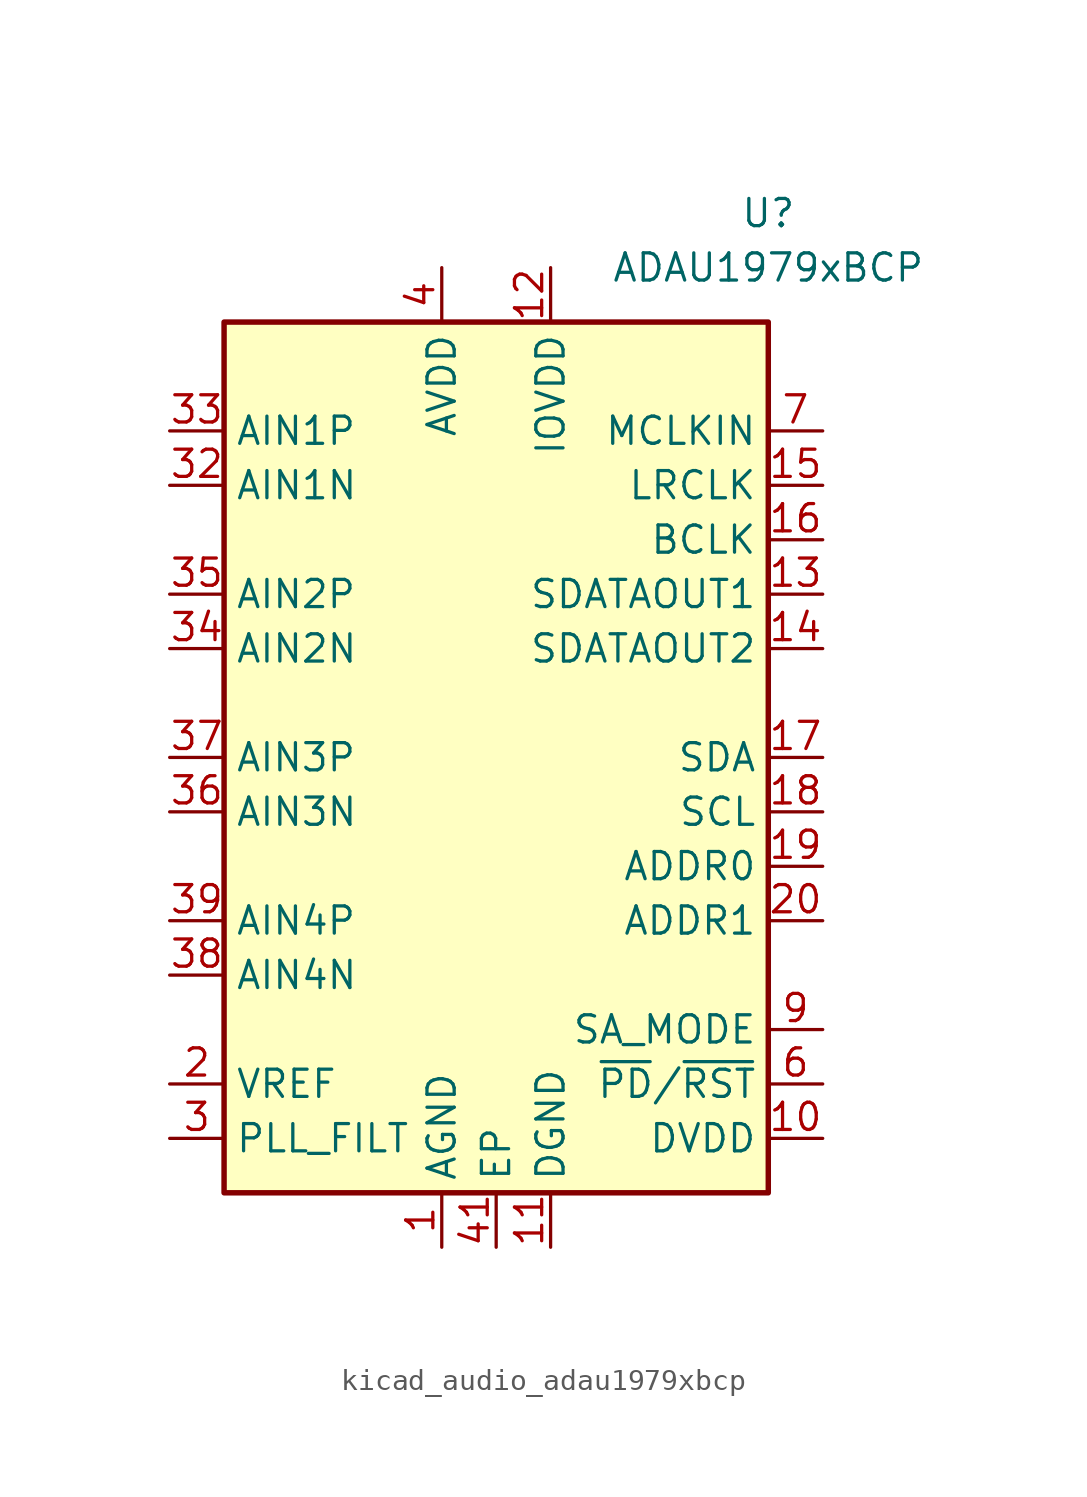
<source format=kicad_sym>
(kicad_symbol_lib
  (version 20220914)
  (generator kicad_symbol_editor)
  (symbol "kicad_audio_adau1979xbcp"
    (property "Reference" "U"
      (at 12.7 25.4 0)
      (effects (font (size 1.27 1.27))))
    (property "Value" "ADAU1979xBCP"
      (at 12.7 22.86 0)
      (effects (font (size 1.27 1.27))))
    (symbol "kicad_audio_adau1979xbcp_0_1"
      (rectangle (start -12.7 20.32) (end 12.7 -20.32) (stroke (width 0.254) (type default)) (fill (type background))))
    (symbol "kicad_audio_adau1979xbcp_1_1"
      (pin power_in line (at -2.54 -22.86 90) (length 2.54) (name "AGND" (effects (font (size 1.27 1.27)))) (number "1" (effects (font (size 1.27 1.27)))))
      (pin power_out line (at 15.24 -17.78 180) (length 2.54) (name "DVDD" (effects (font (size 1.27 1.27)))) (number "10" (effects (font (size 1.27 1.27)))))
      (pin power_in line (at 2.54 -22.86 90) (length 2.54) (name "DGND" (effects (font (size 1.27 1.27)))) (number "11" (effects (font (size 1.27 1.27)))))
      (pin power_in line (at 2.54 22.86 270) (length 2.54) (name "IOVDD" (effects (font (size 1.27 1.27)))) (number "12" (effects (font (size 1.27 1.27)))))
      (pin output line (at 15.24 7.62 180) (length 2.54) (name "SDATAOUT1" (effects (font (size 1.27 1.27)))) (number "13" (effects (font (size 1.27 1.27)))))
      (pin output line (at 15.24 5.08 180) (length 2.54) (name "SDATAOUT2" (effects (font (size 1.27 1.27)))) (number "14" (effects (font (size 1.27 1.27)))))
      (pin bidirectional line (at 15.24 12.7 180) (length 2.54) (name "LRCLK" (effects (font (size 1.27 1.27)))) (number "15" (effects (font (size 1.27 1.27)))))
      (pin bidirectional line (at 15.24 10.16 180) (length 2.54) (name "BCLK" (effects (font (size 1.27 1.27)))) (number "16" (effects (font (size 1.27 1.27)))))
      (pin bidirectional line (at 15.24 0 180) (length 2.54) (name "SDA" (effects (font (size 1.27 1.27)))) (number "17" (effects (font (size 1.27 1.27)))) (alternate "COUT" output line))
      (pin input line (at 15.24 -2.54 180) (length 2.54) (name "SCL" (effects (font (size 1.27 1.27)))) (number "18" (effects (font (size 1.27 1.27)))) (alternate "CCLK" input line))
      (pin input line (at 15.24 -5.08 180) (length 2.54) (name "ADDR0" (effects (font (size 1.27 1.27)))) (number "19" (effects (font (size 1.27 1.27)))) (alternate "~{CLATCH}" input line))
      (pin output line (at -15.24 -15.24 0) (length 2.54) (name "VREF" (effects (font (size 1.27 1.27)))) (number "2" (effects (font (size 1.27 1.27)))))
      (pin input line (at 15.24 -7.62 180) (length 2.54) (name "ADDR1" (effects (font (size 1.27 1.27)))) (number "20" (effects (font (size 1.27 1.27)))) (alternate "CIN" input line))
      (pin passive line (at -2.54 -22.86 90) (length 2.54) hide (name "AGND" (effects (font (size 1.27 1.27)))) (number "21" (effects (font (size 1.27 1.27)))))
      (pin passive line (at -2.54 -22.86 90) (length 2.54) hide (name "AGND" (effects (font (size 1.27 1.27)))) (number "22" (effects (font (size 1.27 1.27)))))
      (pin no_connect line (at -10.16 -20.32 90) (length 2.54) hide (name "NC" (effects (font (size 1.27 1.27)))) (number "23" (effects (font (size 1.27 1.27)))))
      (pin no_connect line (at -7.62 -20.32 90) (length 2.54) hide (name "NC" (effects (font (size 1.27 1.27)))) (number "24" (effects (font (size 1.27 1.27)))))
      (pin no_connect line (at -5.08 -20.32 90) (length 2.54) hide (name "NC" (effects (font (size 1.27 1.27)))) (number "25" (effects (font (size 1.27 1.27)))))
      (pin no_connect line (at 5.08 -20.32 90) (length 2.54) hide (name "NC" (effects (font (size 1.27 1.27)))) (number "26" (effects (font (size 1.27 1.27)))))
      (pin no_connect line (at 7.62 -20.32 90) (length 2.54) hide (name "NC" (effects (font (size 1.27 1.27)))) (number "27" (effects (font (size 1.27 1.27)))))
      (pin passive line (at -2.54 -22.86 90) (length 2.54) hide (name "AGND" (effects (font (size 1.27 1.27)))) (number "28" (effects (font (size 1.27 1.27)))))
      (pin passive line (at -2.54 -22.86 90) (length 2.54) hide (name "AGND" (effects (font (size 1.27 1.27)))) (number "29" (effects (font (size 1.27 1.27)))))
      (pin output line (at -15.24 -17.78 0) (length 2.54) (name "PLL_FILT" (effects (font (size 1.27 1.27)))) (number "3" (effects (font (size 1.27 1.27)))))
      (pin no_connect line (at 10.16 -20.32 90) (length 2.54) hide (name "NC" (effects (font (size 1.27 1.27)))) (number "30" (effects (font (size 1.27 1.27)))))
      (pin passive line (at -2.54 22.86 270) (length 2.54) hide (name "AVDD" (effects (font (size 1.27 1.27)))) (number "31" (effects (font (size 1.27 1.27)))))
      (pin input line (at -15.24 12.7 0) (length 2.54) (name "AIN1N" (effects (font (size 1.27 1.27)))) (number "32" (effects (font (size 1.27 1.27)))))
      (pin input line (at -15.24 15.24 0) (length 2.54) (name "AIN1P" (effects (font (size 1.27 1.27)))) (number "33" (effects (font (size 1.27 1.27)))))
      (pin input line (at -15.24 5.08 0) (length 2.54) (name "AIN2N" (effects (font (size 1.27 1.27)))) (number "34" (effects (font (size 1.27 1.27)))))
      (pin input line (at -15.24 7.62 0) (length 2.54) (name "AIN2P" (effects (font (size 1.27 1.27)))) (number "35" (effects (font (size 1.27 1.27)))))
      (pin input line (at -15.24 -2.54 0) (length 2.54) (name "AIN3N" (effects (font (size 1.27 1.27)))) (number "36" (effects (font (size 1.27 1.27)))))
      (pin input line (at -15.24 0 0) (length 2.54) (name "AIN3P" (effects (font (size 1.27 1.27)))) (number "37" (effects (font (size 1.27 1.27)))))
      (pin input line (at -15.24 -10.16 0) (length 2.54) (name "AIN4N" (effects (font (size 1.27 1.27)))) (number "38" (effects (font (size 1.27 1.27)))))
      (pin input line (at -15.24 -7.62 0) (length 2.54) (name "AIN4P" (effects (font (size 1.27 1.27)))) (number "39" (effects (font (size 1.27 1.27)))))
      (pin power_in line (at -2.54 22.86 270) (length 2.54) (name "AVDD" (effects (font (size 1.27 1.27)))) (number "4" (effects (font (size 1.27 1.27)))))
      (pin passive line (at -2.54 22.86 270) (length 2.54) hide (name "AVDD" (effects (font (size 1.27 1.27)))) (number "40" (effects (font (size 1.27 1.27)))))
      (pin power_in line (at 0 -22.86 90) (length 2.54) (name "EP" (effects (font (size 1.27 1.27)))) (number "41" (effects (font (size 1.27 1.27)))))
      (pin passive line (at -2.54 -22.86 90) (length 2.54) hide (name "AGND" (effects (font (size 1.27 1.27)))) (number "5" (effects (font (size 1.27 1.27)))))
      (pin input line (at 15.24 -15.24 180) (length 2.54) (name "~{PD}/~{RST}" (effects (font (size 1.27 1.27)))) (number "6" (effects (font (size 1.27 1.27)))))
      (pin input line (at 15.24 15.24 180) (length 2.54) (name "MCLKIN" (effects (font (size 1.27 1.27)))) (number "7" (effects (font (size 1.27 1.27)))))
      (pin no_connect line (at 12.7 17.78 180) (length 2.54) hide (name "NC" (effects (font (size 1.27 1.27)))) (number "8" (effects (font (size 1.27 1.27)))))
      (pin input line (at 15.24 -12.7 180) (length 2.54) (name "SA_MODE" (effects (font (size 1.27 1.27)))) (number "9" (effects (font (size 1.27 1.27))))))))
</source>
